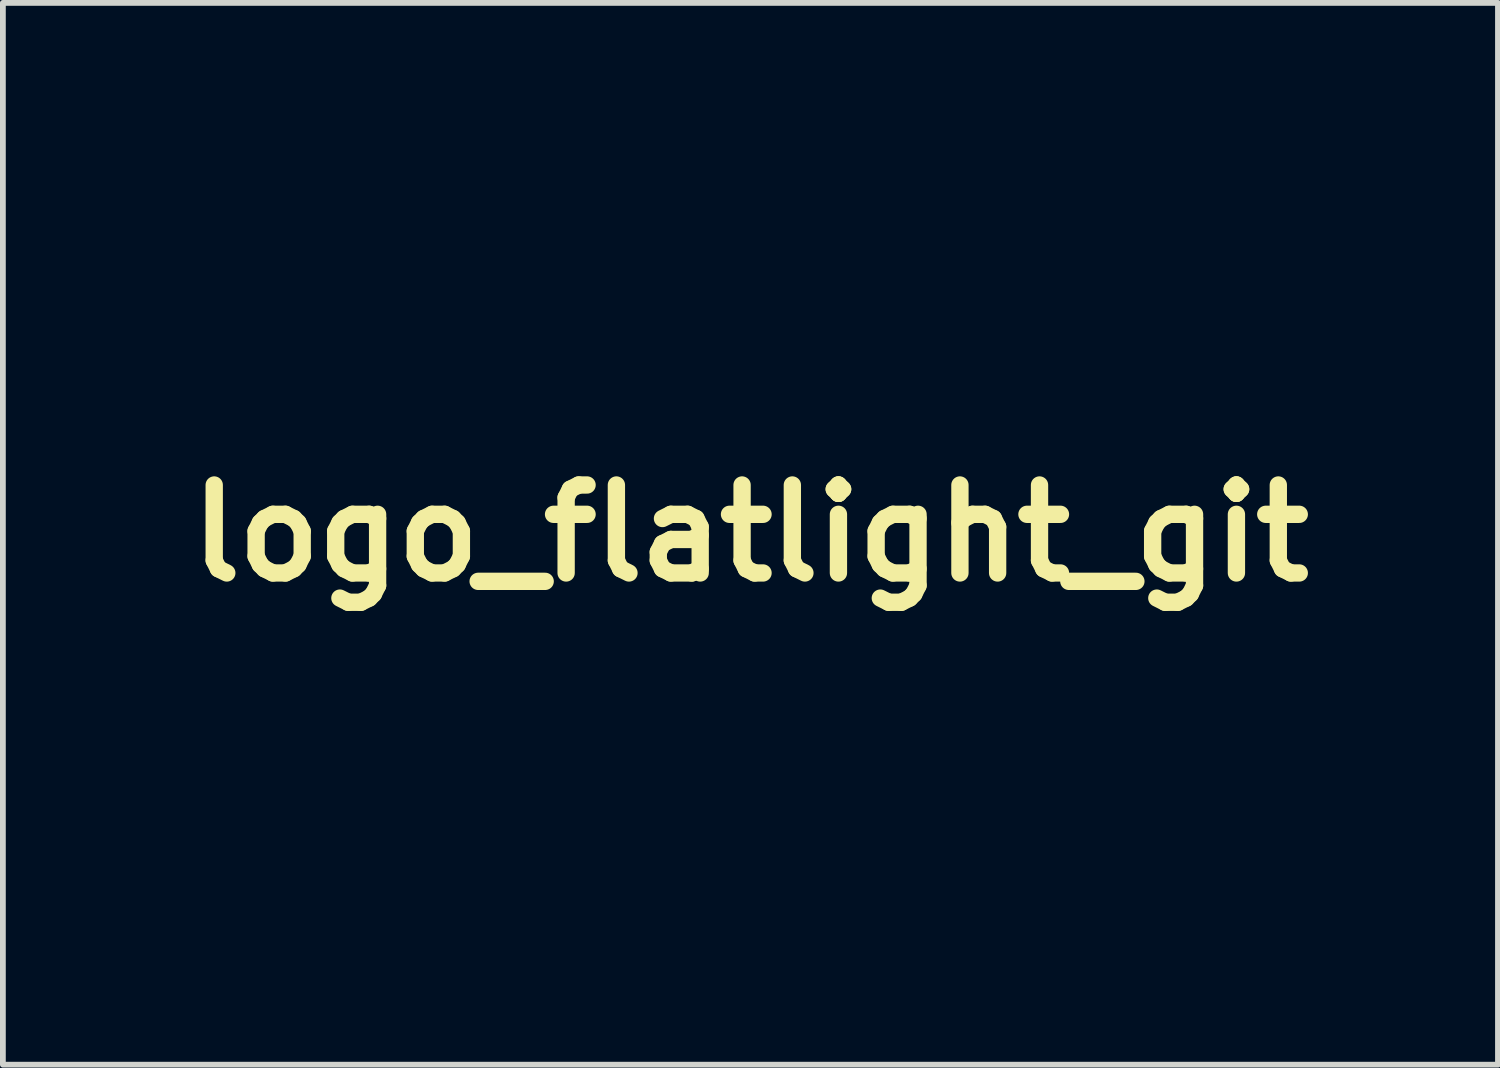
<source format=kicad_pcb>
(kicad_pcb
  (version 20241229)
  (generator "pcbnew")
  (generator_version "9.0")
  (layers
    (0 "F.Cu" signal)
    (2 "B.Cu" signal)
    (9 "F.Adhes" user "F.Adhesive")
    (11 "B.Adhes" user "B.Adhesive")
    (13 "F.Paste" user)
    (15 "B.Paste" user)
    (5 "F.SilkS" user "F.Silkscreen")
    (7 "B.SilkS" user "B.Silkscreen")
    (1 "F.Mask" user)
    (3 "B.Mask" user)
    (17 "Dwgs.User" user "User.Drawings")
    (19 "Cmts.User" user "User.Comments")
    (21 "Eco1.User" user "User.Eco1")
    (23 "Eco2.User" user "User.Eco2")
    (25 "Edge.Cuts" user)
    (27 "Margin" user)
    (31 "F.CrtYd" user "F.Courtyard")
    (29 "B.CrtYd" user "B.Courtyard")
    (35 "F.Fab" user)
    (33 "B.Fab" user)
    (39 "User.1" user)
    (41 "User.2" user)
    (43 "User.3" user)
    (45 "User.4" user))
  (footprint "logo_flatlight_git"
    (layer "F.Cu")
    (at 9.95 6.186)
    (property "Reference" "logo_flatlight_git" (at 0 0 0) (layer "F.SilkS") (effects (font (size 1.524 1.524) (thickness 0.3))))
    (attr through_hole)
    (fp_poly (pts (xy -4.043 -4.043) (xy -5.334 -4.043) (xy -5.334 -5.334) (xy -4.043 -5.334) (xy -4.043 -4.043)) (stroke (width 0.01) (type solid)) (fill yes) (layer "F.Mask"))
    (fp_poly (pts (xy -4.043 5.355) (xy -5.334 5.355) (xy -5.334 4.064) (xy -4.043 4.064) (xy -4.043 5.355)) (stroke (width 0.01) (type solid)) (fill yes) (layer "F.Mask"))
    (fp_poly (pts (xy -2.349 -4.043) (xy -2.349 -4.466) (xy -1.905 -4.466) (xy -1.905 -4.043) (xy -2.349 -4.043)) (stroke (width 0.01) (type solid)) (fill yes) (layer "F.Mask"))
    (fp_poly (pts (xy -1.482 -6.181) (xy -0.635 -6.181) (xy -0.635 -5.757) (xy -1.482 -5.757) (xy -1.482 -6.181)) (stroke (width 0.01) (type solid)) (fill yes) (layer "F.Mask"))
    (fp_poly (pts (xy -1.058 -5.334) (xy -0.635 -5.334) (xy -0.635 -4.466) (xy -1.058 -4.466) (xy -1.058 -5.334)) (stroke (width 0.01) (type solid)) (fill yes) (layer "F.Mask"))
    (fp_poly (pts (xy -1.058 -4.043) (xy -1.482 -4.043) (xy -1.482 -4.466) (xy -1.058 -4.466) (xy -1.058 -4.043)) (stroke (width 0.01) (type solid)) (fill yes) (layer "F.Mask"))
    (fp_poly (pts (xy -1.058 -3.196) (xy -1.058 -4.043) (xy -0.635 -4.043) (xy -0.635 -3.196) (xy -1.058 -3.196)) (stroke (width 0.01) (type solid)) (fill yes) (layer "F.Mask"))
    (fp_poly (pts (xy -0.635 3.641) (xy -1.058 3.641) (xy -1.058 3.217) (xy -0.635 3.217) (xy -0.635 3.641)) (stroke (width 0.01) (type solid)) (fill yes) (layer "F.Mask"))
    (fp_poly (pts (xy 0.233 -4.043) (xy -0.212 -4.043) (xy -0.212 -4.466) (xy 0.233 -4.466) (xy 0.233 -4.043)) (stroke (width 0.01) (type solid)) (fill yes) (layer "F.Mask"))
    (fp_poly (pts (xy 0.656 5.355) (xy 1.079 5.355) (xy 1.079 5.779) (xy 0.656 5.779) (xy 0.656 5.355)) (stroke (width 0.01) (type solid)) (fill yes) (layer "F.Mask"))
    (fp_poly (pts (xy 1.079 -1.058) (xy 1.079 -1.482) (xy 1.503 -1.482) (xy 1.503 -1.058) (xy 1.079 -1.058)) (stroke (width 0.01) (type solid)) (fill yes) (layer "F.Mask"))
    (fp_poly (pts (xy 1.503 -3.196) (xy 1.503 -4.043) (xy 1.926 -4.043) (xy 1.926 -3.196) (xy 1.503 -3.196)) (stroke (width 0.01) (type solid)) (fill yes) (layer "F.Mask"))
    (fp_poly (pts (xy 1.503 -1.905) (xy 1.926 -1.905) (xy 1.926 -1.482) (xy 1.503 -1.482) (xy 1.503 -1.905)) (stroke (width 0.01) (type solid)) (fill yes) (layer "F.Mask"))
    (fp_poly (pts (xy 3.641 3.641) (xy 3.217 3.641) (xy 3.217 3.217) (xy 3.641 3.217) (xy 3.641 3.641)) (stroke (width 0.01) (type solid)) (fill yes) (layer "F.Mask"))
    (fp_poly (pts (xy 5.355 -4.043) (xy 4.064 -4.043) (xy 4.064 -5.334) (xy 5.355 -5.334) (xy 5.355 -4.043)) (stroke (width 0.01) (type solid)) (fill yes) (layer "F.Mask"))
    (fp_poly (pts (xy 6.202 1.926) (xy 5.779 1.926) (xy 5.779 1.503) (xy 6.202 1.503) (xy 6.202 1.926)) (stroke (width 0.01) (type solid)) (fill yes) (layer "F.Mask"))
    (fp_poly (pts (xy 1.926 -1.058) (xy 1.926 -1.482) (xy 2.371 -1.482) (xy 2.371 -0.635) (xy 1.503 -0.635) (xy 1.503 -1.058) (xy 1.926 -1.058)) (stroke (width 0.01) (type solid)) (fill yes) (layer "F.Mask"))
    (fp_poly (pts (xy 1.079 -4.043) (xy 1.079 -3.196) (xy 0.656 -3.196) (xy 0.656 -4.465) (xy 1.069 -4.477) (xy 1.081 -4.911) (xy 1.503 -4.911) (xy 1.503 -4.043) (xy 1.079 -4.043)) (stroke (width 0.01) (type solid)) (fill yes) (layer "F.Mask"))
    (fp_poly (pts (xy 1.937 5.768) (xy 2.794 5.779) (xy 2.794 6.202) (xy 1.926 6.202) (xy 1.926 5.779) (xy 1.503 5.779) (xy 1.503 5.355) (xy 1.925 5.355) (xy 1.937 5.768)) (stroke (width 0.01) (type solid)) (fill yes) (layer "F.Mask"))
    (fp_poly (pts (xy -3.196 -3.196) (xy -6.181 -3.196) (xy -6.181 -5.757) (xy -5.757 -5.757) (xy -5.757 -3.619) (xy -3.619 -3.619) (xy -3.619 -5.757) (xy -5.757 -5.757) (xy -6.181 -5.757) (xy -6.181 -6.181) (xy -3.196 -6.181) (xy -3.196 -3.196)) (stroke (width 0.01) (type solid)) (fill yes) (layer "F.Mask"))
    (fp_poly (pts (xy -3.196 6.202) (xy -6.181 6.202) (xy -6.181 3.641) (xy -5.757 3.641) (xy -5.757 5.779) (xy -3.619 5.779) (xy -3.619 3.641) (xy -5.757 3.641) (xy -6.181 3.641) (xy -6.181 3.217) (xy -3.196 3.217) (xy -3.196 6.202)) (stroke (width 0.01) (type solid)) (fill yes) (layer "F.Mask"))
    (fp_poly (pts (xy -1.482 -4.889) (xy -1.904 -4.889) (xy -1.916 -5.323) (xy -2.133 -5.329) (xy -2.349 -5.335) (xy -2.349 -5.757) (xy -2.773 -5.757) (xy -2.773 -6.181) (xy -2.328 -6.181) (xy -2.328 -5.757) (xy -1.482 -5.757) (xy -1.482 -4.889)) (stroke (width 0.01) (type solid)) (fill yes) (layer "F.Mask"))
    (fp_poly (pts (xy 6.202 -3.196) (xy 3.217 -3.196) (xy 3.217 -5.757) (xy 3.641 -5.757) (xy 3.641 -3.619) (xy 5.779 -3.619) (xy 5.779 -5.757) (xy 3.641 -5.757) (xy 3.217 -5.757) (xy 3.217 -6.181) (xy 6.202 -6.181) (xy 6.202 -3.196)) (stroke (width 0.01) (type solid)) (fill yes) (layer "F.Mask"))
    (fp_poly (pts (xy 0.656 -4.889) (xy 0.444 -4.889) (xy 0.338 -4.891) (xy 0.27 -4.897) (xy 0.232 -4.907) (xy 0.221 -4.918) (xy 0.217 -4.95) (xy 0.215 -5.014) (xy 0.215 -5.097) (xy 0.216 -5.135) (xy 0.222 -5.323) (xy 0.439 -5.329) (xy 0.656 -5.335) (xy 0.656 -4.889)) (stroke (width 0.01) (type solid)) (fill yes) (layer "F.Mask"))
    (fp_poly (pts (xy 4.91 -1.482) (xy 4.921 -2.339) (xy 5.779 -2.35) (xy 5.779 -2.773) (xy 6.202 -2.773) (xy 6.202 -2.328) (xy 5.779 -2.328) (xy 5.779 -1.905) (xy 5.355 -1.905) (xy 5.355 -1.482) (xy 4.932 -1.482) (xy 4.932 -1.058) (xy 4.487 -1.058) (xy 4.487 -1.482) (xy 4.91 -1.482)) (stroke (width 0.01) (type solid)) (fill yes) (layer "F.Mask"))
    (fp_poly (pts (xy 1.926 -4.466) (xy 2.349 -4.466) (xy 2.349 -4.889) (xy 1.926 -4.889) (xy 1.926 -5.334) (xy 1.079 -5.334) (xy 1.079 -5.757) (xy -0.212 -5.757) (xy -0.212 -6.181) (xy 1.926 -6.181) (xy 1.926 -5.757) (xy 2.371 -5.757) (xy 2.371 -5.334) (xy 2.794 -5.334) (xy 2.794 -4.466) (xy 2.371 -4.466) (xy 2.371 -4.043) (xy 1.926 -4.043) (xy 1.926 -4.466)) (stroke (width 0.01) (type solid)) (fill yes) (layer "F.Mask"))
    (fp_poly (pts (xy 6.202 5.779) (xy 5.779 5.779) (xy 5.779 5.355) (xy 5.355 5.355) (xy 5.355 5.779) (xy 4.487 5.779) (xy 4.487 6.202) (xy 4.064 6.202) (xy 4.064 5.779) (xy 3.641 5.779) (xy 3.641 6.202) (xy 3.217 6.202) (xy 3.217 5.357) (xy 3.27 5.355) (xy 4.064 5.355) (xy 4.064 5.779) (xy 4.487 5.779) (xy 4.487 5.355) (xy 4.064 5.355) (xy 3.27 5.355) (xy 3.63 5.345) (xy 3.636 5.128) (xy 3.642 4.911) (xy 4.486 4.911) (xy 4.492 5.128) (xy 4.498 5.345) (xy 4.909 5.357) (xy 4.915 5.139) (xy 4.921 4.921) (xy 5.779 4.91) (xy 5.779 3.641) (xy 6.202 3.641) (xy 6.202 5.779)) (stroke (width 0.01) (type solid)) (fill yes) (layer "F.Mask"))
    (fp_poly (pts (xy 4.064 -1.482) (xy 4.064 -0.635) (xy 5.779 -0.635) (xy 5.779 -1.482) (xy 6.202 -1.482) (xy 6.202 0.656) (xy 5.779 0.656) (xy 5.779 -0.191) (xy 5.355 -0.191) (xy 5.355 0.656) (xy 4.932 0.656) (xy 4.932 1.079) (xy 5.779 1.079) (xy 5.779 1.503) (xy 4.932 1.503) (xy 4.932 1.926) (xy 5.355 1.926) (xy 5.355 2.349) (xy 5.779 2.349) (xy 5.779 2.794) (xy 4.932 2.794) (xy 4.932 3.641) (xy 4.487 3.641) (xy 4.487 4.064) (xy 4.932 4.064) (xy 4.932 4.487) (xy 3.217 4.487) (xy 3.217 5.355) (xy 2.348 5.355) (xy 2.354 5.138) (xy 2.36 4.921) (xy 2.773 4.909) (xy 2.773 4.486) (xy 1.937 4.498) (xy 1.931 4.715) (xy 1.925 4.932) (xy 0.656 4.932) (xy 0.656 5.355) (xy 0.233 5.355) (xy 0.233 5.779) (xy 0.656 5.779) (xy 0.656 6.202) (xy 0.212 6.202) (xy 0.212 5.779) (xy -0.635 5.779) (xy -0.635 6.202) (xy -1.482 6.202) (xy -1.482 5.779) (xy -1.058 5.779) (xy -1.058 5.355) (xy -0.213 5.355) (xy -0.207 5.138) (xy -0.201 4.921) (xy 0.212 4.909) (xy 0.212 4.486) (xy -0.206 4.492) (xy -0.624 4.498) (xy -0.63 4.715) (xy -0.636 4.932) (xy -1.058 4.932) (xy -1.058 4.487) (xy -0.635 4.487) (xy -0.635 4.064) (xy -0.212 4.064) (xy -0.212 3.641) (xy 0.233 3.641) (xy 0.233 4.064) (xy 0.656 4.064) (xy 0.656 4.487) (xy 1.926 4.487) (xy 1.926 4.064) (xy 1.079 4.064) (xy 1.079 3.641) (xy 1.926 3.641) (xy 1.926 3.217) (xy 1.503 3.217) (xy 1.503 2.794) (xy 0.656 2.794) (xy 0.656 3.641) (xy 0.233 3.641) (xy -0.212 3.641) (xy -0.212 2.794) (xy -1.058 2.794) (xy -1.058 2.773) (xy 0.233 2.773) (xy 0.657 2.773) (xy 0.646 1.937) (xy 0.233 1.925) (xy 0.233 2.773) (xy -1.058 2.773) (xy -1.058 1.926) (xy -1.482 1.926) (xy -1.482 2.794) (xy -2.328 2.794) (xy -2.328 3.217) (xy -1.482 3.217) (xy -1.482 4.932) (xy -1.905 4.932) (xy -1.905 5.355) (xy -2.328 5.355) (xy -2.328 5.779) (xy -1.905 5.779) (xy -1.905 6.202) (xy -2.773 6.202) (xy -2.773 5.355) (xy -2.349 5.355) (xy -2.349 4.933) (xy -2.762 4.921) (xy -2.768 4.487) (xy -2.328 4.487) (xy -1.903 4.487) (xy -1.916 4.075) (xy -2.122 4.069) (xy -2.328 4.062) (xy -2.328 4.487) (xy -2.768 4.487) (xy -2.774 4.064) (xy -2.349 4.064) (xy -2.349 3.217) (xy -2.774 3.217) (xy -2.768 3) (xy -2.762 2.783) (xy -2.557 2.777) (xy -2.351 2.771) (xy -2.345 2.566) (xy -2.339 2.36) (xy -2.122 2.354) (xy -1.905 2.348) (xy -1.905 1.503) (xy -2.328 1.503) (xy -2.328 1.926) (xy -2.75 1.926) (xy -2.756 2.143) (xy -2.762 2.36) (xy -3.196 2.372) (xy -3.196 2.794) (xy -3.619 2.794) (xy -3.619 2.371) (xy -4.043 2.371) (xy -4.043 2.794) (xy -4.466 2.794) (xy -4.466 2.371) (xy -4.888 2.371) (xy -4.9 2.783) (xy -5.54 2.789) (xy -6.181 2.795) (xy -6.181 2.349) (xy -5.334 2.349) (xy -4.911 2.349) (xy -3.619 2.349) (xy -3.196 2.349) (xy -3.196 1.926) (xy -3.619 1.926) (xy -3.619 2.349) (xy -4.911 2.349) (xy -4.911 1.503) (xy -4.466 1.503) (xy -4.043 1.503) (xy -4.043 1.926) (xy -3.619 1.926) (xy -3.619 1.503) (xy -4.043 1.503) (xy -4.466 1.503) (xy -4.466 1.079) (xy -4.043 1.079) (xy -4.043 0.656) (xy -4.466 0.656) (xy -4.466 0.233) (xy -3.619 0.233) (xy -3.619 0.656) (xy -3.196 0.656) (xy -3.196 1.079) (xy -3.619 1.079) (xy -3.619 1.503) (xy -2.349 1.503) (xy -2.349 1.079) (xy -1.905 1.079) (xy -1.905 1.503) (xy -1.482 1.503) (xy -1.058 1.503) (xy -1.058 1.926) (xy -0.635 1.926) (xy -0.635 2.349) (xy -0.212 2.349) (xy -0.212 1.926) (xy 0.212 1.926) (xy 0.212 1.503) (xy -1.058 1.503) (xy -1.482 1.503) (xy -1.482 1.079) (xy -1.905 1.079) (xy -2.349 1.079) (xy -2.349 0.656) (xy -1.482 0.656) (xy -1.482 1.079) (xy -0.212 1.079) (xy -0.212 0.656) (xy 0.233 0.656) (xy 0.233 1.079) (xy 0.656 1.079) (xy 0.656 1.503) (xy 1.079 1.503) (xy 1.079 2.349) (xy 1.503 2.349) (xy 1.503 2.773) (xy 1.926 2.773) (xy 1.926 2.981) (xy 1.928 3.071) (xy 1.931 3.144) (xy 1.936 3.192) (xy 1.94 3.203) (xy 1.966 3.209) (xy 2.025 3.214) (xy 2.105 3.217) (xy 2.152 3.217) (xy 2.349 3.217) (xy 2.349 2.794) (xy 2.794 2.794) (xy 2.794 4.064) (xy 4.064 4.064) (xy 4.064 2.794) (xy 2.794 2.794) (xy 2.349 2.794) (xy 2.349 2.372) (xy 1.937 2.36) (xy 1.925 1.503) (xy 1.503 1.503) (xy 1.503 0.233) (xy 2.371 0.233) (xy 2.371 0.656) (xy 3.217 0.656) (xy 3.217 1.079) (xy 2.371 1.079) (xy 2.371 2.349) (xy 3.217 2.349) (xy 3.217 1.926) (xy 3.641 1.926) (xy 3.641 2.349) (xy 4.487 2.349) (xy 4.487 1.926) (xy 4.064 1.926) (xy 4.064 1.079) (xy 4.487 1.079) (xy 4.487 1.503) (xy 4.911 1.503) (xy 4.911 1.079) (xy 4.487 1.079) (xy 4.487 0.656) (xy 3.641 0.656) (xy 3.641 0.233) (xy 2.371 0.233) (xy 1.503 0.233) (xy 1.079 0.233) (xy 1.079 0.656) (xy 0.656 0.656) (xy 0.656 0.234) (xy 0.439 0.228) (xy 0.222 0.222) (xy 0.21 -0.191) (xy 0.656 -0.191) (xy 0.656 0.212) (xy 1.079 0.212) (xy 1.079 -0.191) (xy 3.641 -0.191) (xy 3.641 0.212) (xy 4.064 0.212) (xy 4.064 -0.191) (xy 4.487 -0.191) (xy 4.487 0.219) (xy 4.488 0.346) (xy 4.49 0.459) (xy 4.493 0.55) (xy 4.497 0.613) (xy 4.501 0.641) (xy 4.501 0.642) (xy 4.528 0.648) (xy 4.586 0.653) (xy 4.666 0.656) (xy 4.713 0.656) (xy 4.911 0.656) (xy 4.911 -0.191) (xy 4.487 -0.191) (xy 4.064 -0.191) (xy 3.641 -0.191) (xy 1.079 -0.191) (xy 0.656 -0.191) (xy 0.21 -0.191) (xy -0.189 -0.191) (xy -0.201 0.222) (xy -1.058 0.234) (xy -1.058 0.656) (xy -1.482 0.656) (xy -2.349 0.656) (xy -2.349 0.233) (xy -3.619 0.233) (xy -4.466 0.233) (xy -4.889 0.233) (xy -4.889 1.079) (xy -5.334 1.079) (xy -5.334 2.349) (xy -6.181 2.349) (xy -6.181 0.656) (xy -5.757 0.656) (xy -5.757 1.079) (xy -5.334 1.079) (xy -5.334 0.656) (xy -5.757 0.656) (xy -6.181 0.656) (xy -6.181 -0.191) (xy -2.328 -0.191) (xy -2.328 0.212) (xy -1.905 0.212) (xy -1.905 -0.191) (xy -2.328 -0.191) (xy -6.181 -0.191) (xy -6.181 -0.212) (xy -5.759 -0.212) (xy -5.334 -0.212) (xy -4.466 -0.212) (xy -3.196 -0.212) (xy -3.196 -0.635) (xy -4.466 -0.635) (xy -4.466 -0.212) (xy -5.334 -0.212) (xy -5.334 -0.637) (xy -5.54 -0.63) (xy -5.747 -0.624) (xy -5.759 -0.212) (xy -6.181 -0.212) (xy -6.181 -2.773) (xy -5.334 -2.773) (xy -5.334 -1.058) (xy -4.911 -1.058) (xy -4.889 -1.058) (xy -4.889 -0.635) (xy -4.466 -0.635) (xy -4.466 -1.058) (xy -4.889 -1.058) (xy -4.911 -1.058) (xy -4.911 -1.482) (xy -4.466 -1.482) (xy -4.466 -1.058) (xy -4.043 -1.058) (xy -4.043 -1.482) (xy -3.619 -1.482) (xy -3.619 -1.058) (xy -3.196 -1.058) (xy -2.752 -1.058) (xy -2.752 -0.635) (xy -2.349 -0.635) (xy -2.349 -1.058) (xy -1.905 -1.058) (xy -1.905 -0.212) (xy -0.635 -0.212) (xy -0.635 -0.635) (xy -1.482 -0.635) (xy -1.482 -1.058) (xy -1.905 -1.058) (xy -2.349 -1.058) (xy -2.752 -1.058) (xy -3.196 -1.058) (xy -3.196 -1.482) (xy -3.619 -1.482) (xy -4.043 -1.482) (xy -4.466 -1.482) (xy -4.911 -1.482) (xy -4.911 -1.904) (xy -4.053 -1.916) (xy -4.047 -2.122) (xy -4.041 -2.327) (xy -4.107 -2.328) (xy -3.619 -2.328) (xy -3.619 -1.905) (xy -3.196 -1.905) (xy -3.196 -1.482) (xy -2.773 -1.482) (xy -2.773 -1.905) (xy -3.196 -1.905) (xy -3.196 -2.328) (xy -3.619 -2.328) (xy -4.107 -2.328) (xy -4.9 -2.339) (xy -4.9 -2.762) (xy -4.043 -2.774) (xy -4.043 -2.349) (xy -3.619 -2.349) (xy -3.619 -2.773) (xy -3.196 -2.773) (xy -3.196 -2.351) (xy -2.979 -2.345) (xy -2.762 -2.339) (xy -2.75 -1.905) (xy -2.349 -1.905) (xy -2.328 -1.905) (xy -2.328 -1.48) (xy -1.916 -1.492) (xy -1.903 -1.905) (xy -1.058 -1.905) (xy -1.058 -1.482) (xy -0.635 -1.482) (xy -0.635 -1.905) (xy -1.058 -1.905) (xy -1.058 -2.328) (xy -1.905 -2.328) (xy -1.905 -1.905) (xy -2.328 -1.905) (xy -2.349 -1.905) (xy -2.349 -2.75) (xy -2.762 -2.762) (xy -2.774 -3.619) (xy -2.328 -3.619) (xy -2.328 -2.773) (xy -1.905 -2.773) (xy -1.905 -4.043) (xy -1.482 -4.043) (xy -1.482 -3.196) (xy -1.058 -3.196) (xy -1.058 -2.349) (xy -0.635 -2.349) (xy -0.635 -3.196) (xy -0.212 -3.196) (xy -0.212 -3.619) (xy 0.233 -3.619) (xy 0.233 -3.196) (xy -0.191 -3.196) (xy -0.191 -0.635) (xy 0.211 -0.635) (xy 0.217 -1.487) (xy 0.222 -2.328) (xy 0.656 -2.328) (xy 0.656 -1.905) (xy 1.079 -1.905) (xy 1.079 -1.482) (xy 0.656 -1.482) (xy 0.656 -1.058) (xy 1.079 -1.058) (xy 1.079 -0.212) (xy 3.217 -0.212) (xy 3.217 -1.058) (xy 2.773 -1.058) (xy 2.773 -1.482) (xy 3.641 -1.482) (xy 3.641 -2.328) (xy 3.217 -2.328) (xy 3.217 -1.904) (xy 3 -1.91) (xy 2.783 -1.916) (xy 2.771 -2.328) (xy 2.372 -2.328) (xy 2.36 -1.916) (xy 2.143 -1.91) (xy 1.926 -1.904) (xy 1.926 -2.328) (xy 0.656 -2.328) (xy 0.222 -2.328) (xy 0.222 -2.339) (xy 0.439 -2.345) (xy 0.656 -2.351) (xy 0.656 -2.773) (xy 1.926 -2.773) (xy 1.926 -3.196) (xy 2.349 -3.196) (xy 2.349 -3.619) (xy 2.794 -3.619) (xy 2.794 -2.349) (xy 3.217 -2.349) (xy 3.217 -2.773) (xy 3.641 -2.773) (xy 3.641 -2.349) (xy 4.487 -2.349) (xy 4.487 -1.482) (xy 4.064 -1.482)) (stroke (width 0.01) (type solid)) (fill yes) (layer "F.Mask")))
  (gr_rect
    (start -3 -3)
    (end 22.899 15.393)
    (stroke (width 0.1) (type default))
    (fill no)
    (layer "Edge.Cuts")))
</source>
